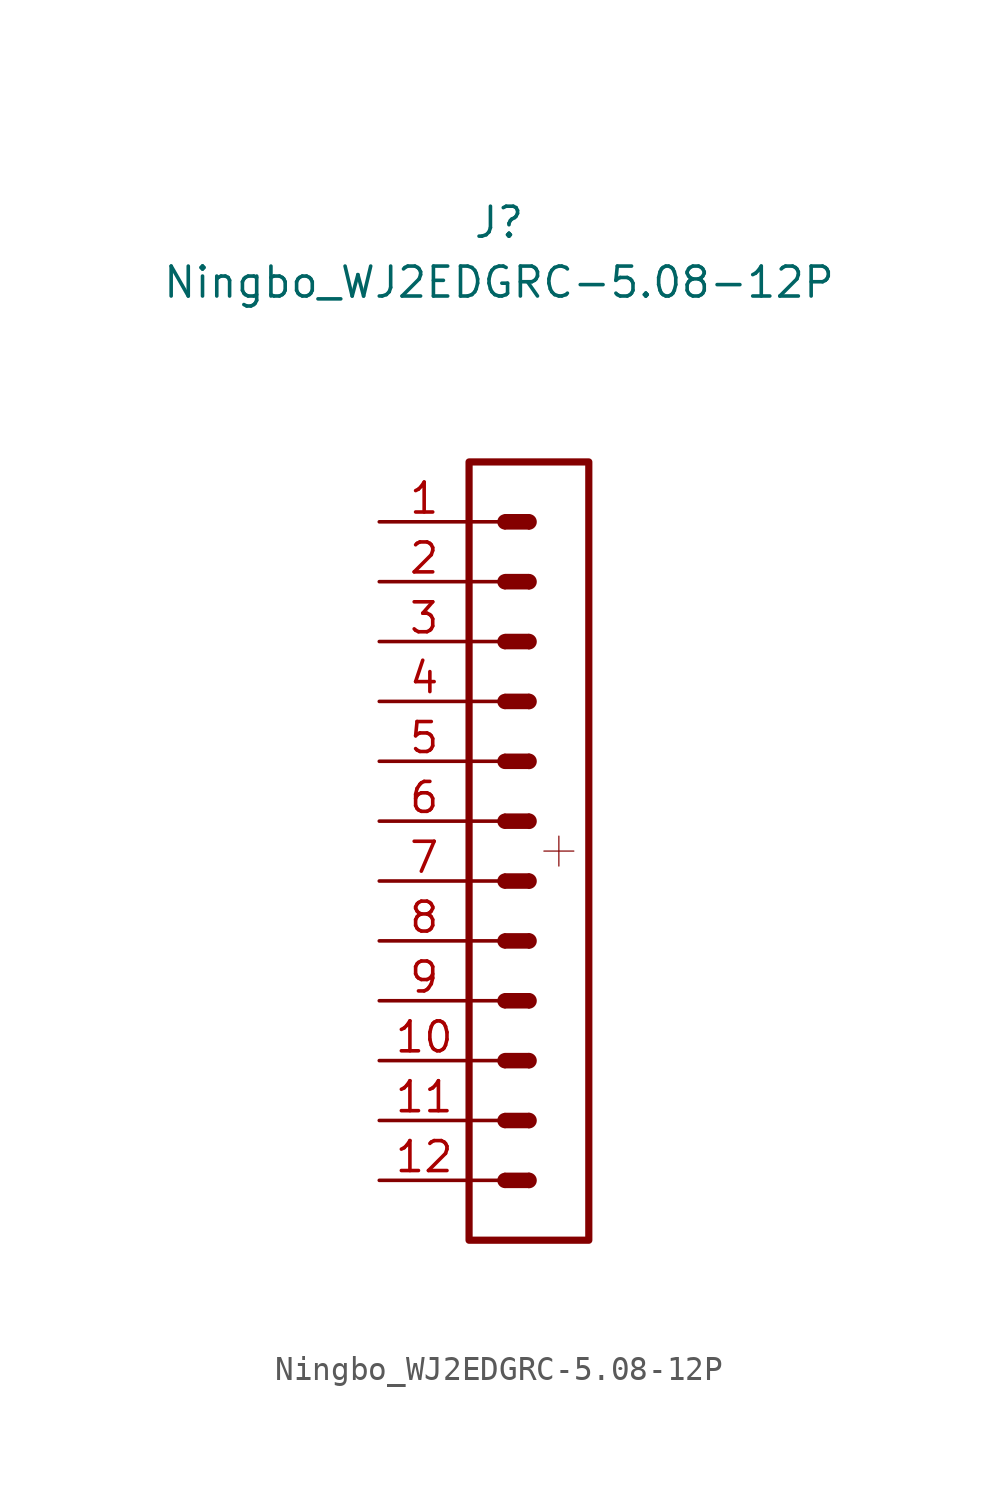
<source format=kicad_sym>
(kicad_symbol_lib
  (version 20211014)
  (generator kicad_symbol_editor)
  (symbol "Ningbo_WJ2EDGRC-5.08-12P"
    (pin_names
      (offset 1.016) hide)
    (property "Reference" "J"
      (at 0 25.4 0)
      (effects (font (size 1.27 1.27))))
    (property "Value" "Ningbo_WJ2EDGRC-5.08-12P"
      (at 0 22.86 0)
      (effects (font (size 1.27 1.27))))
    (symbol "Ningbo_WJ2EDGRC-5.08-12P_1_1"
      (rectangle (start -1.27 -15.24) (end 0 -15.24) (stroke (width 0.152) (type default) (color 0 0 0 0)) (fill (type none)))
      (rectangle (start -1.27 -12.7) (end 0 -12.7) (stroke (width 0.152) (type default) (color 0 0 0 0)) (fill (type none)))
      (rectangle (start -1.27 -10.16) (end 0 -10.16) (stroke (width 0.152) (type default) (color 0 0 0 0)) (fill (type none)))
      (rectangle (start -1.27 -7.62) (end 0 -7.62) (stroke (width 0.152) (type default) (color 0 0 0 0)) (fill (type none)))
      (rectangle (start -1.27 -5.08) (end 0 -5.08) (stroke (width 0.152) (type default) (color 0 0 0 0)) (fill (type none)))
      (rectangle (start -1.27 -2.54) (end 0 -2.54) (stroke (width 0.152) (type default) (color 0 0 0 0)) (fill (type none)))
      (rectangle (start -1.27 0) (end 0 0) (stroke (width 0.152) (type default) (color 0 0 0 0)) (fill (type none)))
      (rectangle (start -1.27 2.54) (end 0 2.54) (stroke (width 0.152) (type default) (color 0 0 0 0)) (fill (type none)))
      (rectangle (start -1.27 5.08) (end 0 5.08) (stroke (width 0.152) (type default) (color 0 0 0 0)) (fill (type none)))
      (rectangle (start -1.27 7.62) (end 0 7.62) (stroke (width 0.152) (type default) (color 0 0 0 0)) (fill (type none)))
      (rectangle (start -1.27 10.16) (end 0 10.16) (stroke (width 0.152) (type default) (color 0 0 0 0)) (fill (type none)))
      (rectangle (start -1.27 12.7) (end 0 12.7) (stroke (width 0.152) (type default) (color 0 0 0 0)) (fill (type none)))
      (rectangle (start -1.27 15.24) (end 3.81 -17.78) (stroke (width 0.305) (type default) (color 0 0 0 0)) (fill (type none)))
      (polyline (pts (xy 1.905 -1.27) (xy 3.175 -1.27)) (stroke (width 0.051) (type default) (color 0 0 0 0)) (fill (type none)))
      (polyline (pts (xy 2.54 -0.635) (xy 2.54 -1.905)) (stroke (width 0.051) (type default) (color 0 0 0 0)) (fill (type none)))
      (arc (start 0.254 -14.986) (mid 0 -15.24) (end 0.254 -15.494) (stroke (width 0) (type default) (color 0 0 0 0)) (fill (type outline)))
      (rectangle (start 0.254 -14.986) (end 1.27 -15.494) (stroke (width 0) (type default) (color 0 0 0 0)) (fill (type outline)))
      (arc (start 0.254 -12.446) (mid 0 -12.7) (end 0.254 -12.954) (stroke (width 0) (type default) (color 0 0 0 0)) (fill (type outline)))
      (rectangle (start 0.254 -12.446) (end 1.27 -12.954) (stroke (width 0) (type default) (color 0 0 0 0)) (fill (type outline)))
      (arc (start 0.254 -9.906) (mid 0 -10.16) (end 0.254 -10.414) (stroke (width 0) (type default) (color 0 0 0 0)) (fill (type outline)))
      (rectangle (start 0.254 -9.906) (end 1.27 -10.414) (stroke (width 0) (type default) (color 0 0 0 0)) (fill (type outline)))
      (arc (start 0.254 -7.366) (mid 0 -7.62) (end 0.254 -7.874) (stroke (width 0) (type default) (color 0 0 0 0)) (fill (type outline)))
      (rectangle (start 0.254 -7.366) (end 1.27 -7.874) (stroke (width 0) (type default) (color 0 0 0 0)) (fill (type outline)))
      (arc (start 0.254 -4.826) (mid 0 -5.08) (end 0.254 -5.334) (stroke (width 0) (type default) (color 0 0 0 0)) (fill (type outline)))
      (rectangle (start 0.254 -4.826) (end 1.27 -5.334) (stroke (width 0) (type default) (color 0 0 0 0)) (fill (type outline)))
      (arc (start 0.254 -2.286) (mid 0 -2.54) (end 0.254 -2.794) (stroke (width 0) (type default) (color 0 0 0 0)) (fill (type outline)))
      (rectangle (start 0.254 -2.286) (end 1.27 -2.794) (stroke (width 0) (type default) (color 0 0 0 0)) (fill (type outline)))
      (arc (start 0.254 0.254) (mid 0 0) (end 0.254 -0.254) (stroke (width 0) (type default) (color 0 0 0 0)) (fill (type outline)))
      (rectangle (start 0.254 0.254) (end 1.27 -0.254) (stroke (width 0) (type default) (color 0 0 0 0)) (fill (type outline)))
      (arc (start 0.254 2.794) (mid 0 2.54) (end 0.254 2.286) (stroke (width 0) (type default) (color 0 0 0 0)) (fill (type outline)))
      (rectangle (start 0.254 2.794) (end 1.27 2.286) (stroke (width 0) (type default) (color 0 0 0 0)) (fill (type outline)))
      (arc (start 0.254 5.334) (mid 0 5.08) (end 0.254 4.826) (stroke (width 0) (type default) (color 0 0 0 0)) (fill (type outline)))
      (rectangle (start 0.254 5.334) (end 1.27 4.826) (stroke (width 0) (type default) (color 0 0 0 0)) (fill (type outline)))
      (arc (start 0.254 7.874) (mid 0 7.62) (end 0.254 7.366) (stroke (width 0) (type default) (color 0 0 0 0)) (fill (type outline)))
      (rectangle (start 0.254 7.874) (end 1.27 7.366) (stroke (width 0) (type default) (color 0 0 0 0)) (fill (type outline)))
      (arc (start 0.254 10.414) (mid 0 10.16) (end 0.254 9.906) (stroke (width 0) (type default) (color 0 0 0 0)) (fill (type outline)))
      (rectangle (start 0.254 10.414) (end 1.27 9.906) (stroke (width 0) (type default) (color 0 0 0 0)) (fill (type outline)))
      (arc (start 0.254 12.954) (mid 0 12.7) (end 0.254 12.446) (stroke (width 0) (type default) (color 0 0 0 0)) (fill (type outline)))
      (rectangle (start 0.254 12.954) (end 1.27 12.446) (stroke (width 0) (type default) (color 0 0 0 0)) (fill (type outline)))
      (arc (start 1.27 -15.494) (mid 1.524 -15.24) (end 1.27 -14.986) (stroke (width 0) (type default) (color 0 0 0 0)) (fill (type outline)))
      (arc (start 1.27 -12.954) (mid 1.524 -12.7) (end 1.27 -12.446) (stroke (width 0) (type default) (color 0 0 0 0)) (fill (type outline)))
      (arc (start 1.27 -10.414) (mid 1.524 -10.16) (end 1.27 -9.906) (stroke (width 0) (type default) (color 0 0 0 0)) (fill (type outline)))
      (arc (start 1.27 -7.874) (mid 1.524 -7.62) (end 1.27 -7.366) (stroke (width 0) (type default) (color 0 0 0 0)) (fill (type outline)))
      (arc (start 1.27 -5.334) (mid 1.524 -5.08) (end 1.27 -4.826) (stroke (width 0) (type default) (color 0 0 0 0)) (fill (type outline)))
      (arc (start 1.27 -2.794) (mid 1.524 -2.54) (end 1.27 -2.286) (stroke (width 0) (type default) (color 0 0 0 0)) (fill (type outline)))
      (arc (start 1.27 -0.254) (mid 1.524 0) (end 1.27 0.254) (stroke (width 0) (type default) (color 0 0 0 0)) (fill (type outline)))
      (arc (start 1.27 2.286) (mid 1.524 2.54) (end 1.27 2.794) (stroke (width 0) (type default) (color 0 0 0 0)) (fill (type outline)))
      (arc (start 1.27 4.826) (mid 1.524 5.08) (end 1.27 5.334) (stroke (width 0) (type default) (color 0 0 0 0)) (fill (type outline)))
      (arc (start 1.27 7.366) (mid 1.524 7.62) (end 1.27 7.874) (stroke (width 0) (type default) (color 0 0 0 0)) (fill (type outline)))
      (arc (start 1.27 9.906) (mid 1.524 10.16) (end 1.27 10.414) (stroke (width 0) (type default) (color 0 0 0 0)) (fill (type outline)))
      (arc (start 1.27 12.446) (mid 1.524 12.7) (end 1.27 12.954) (stroke (width 0) (type default) (color 0 0 0 0)) (fill (type outline)))
      (pin passive line (at -5.08 12.7 0) (length 3.81) (name "Pin_1" (effects (font (size 1.27 1.27)))) (number "1" (effects (font (size 1.27 1.27)))))
      (pin passive line (at -5.08 -10.16 0) (length 3.81) (name "Pin_10" (effects (font (size 1.27 1.27)))) (number "10" (effects (font (size 1.27 1.27)))))
      (pin passive line (at -5.08 -12.7 0) (length 3.81) (name "11" (effects (font (size 1.27 1.27)))) (number "11" (effects (font (size 1.27 1.27)))))
      (pin passive line (at -5.08 -15.24 0) (length 3.81) (name "12" (effects (font (size 1.27 1.27)))) (number "12" (effects (font (size 1.27 1.27)))))
      (pin passive line (at -5.08 10.16 0) (length 3.81) (name "Pin_2" (effects (font (size 1.27 1.27)))) (number "2" (effects (font (size 1.27 1.27)))))
      (pin passive line (at -5.08 7.62 0) (length 3.81) (name "Pin_3" (effects (font (size 1.27 1.27)))) (number "3" (effects (font (size 1.27 1.27)))))
      (pin passive line (at -5.08 5.08 0) (length 3.81) (name "Pin_4" (effects (font (size 1.27 1.27)))) (number "4" (effects (font (size 1.27 1.27)))))
      (pin passive line (at -5.08 2.54 0) (length 3.81) (name "Pin_5" (effects (font (size 1.27 1.27)))) (number "5" (effects (font (size 1.27 1.27)))))
      (pin passive line (at -5.08 0 0) (length 3.81) (name "Pin_6" (effects (font (size 1.27 1.27)))) (number "6" (effects (font (size 1.27 1.27)))))
      (pin passive line (at -5.08 -2.54 0) (length 3.81) (name "Pin_7" (effects (font (size 1.27 1.27)))) (number "7" (effects (font (size 1.27 1.27)))))
      (pin passive line (at -5.08 -5.08 0) (length 3.81) (name "Pin_8" (effects (font (size 1.27 1.27)))) (number "8" (effects (font (size 1.27 1.27)))))
      (pin passive line (at -5.08 -7.62 0) (length 3.81) (name "Pin_9" (effects (font (size 1.27 1.27)))) (number "9" (effects (font (size 1.27 1.27))))))))
</source>
